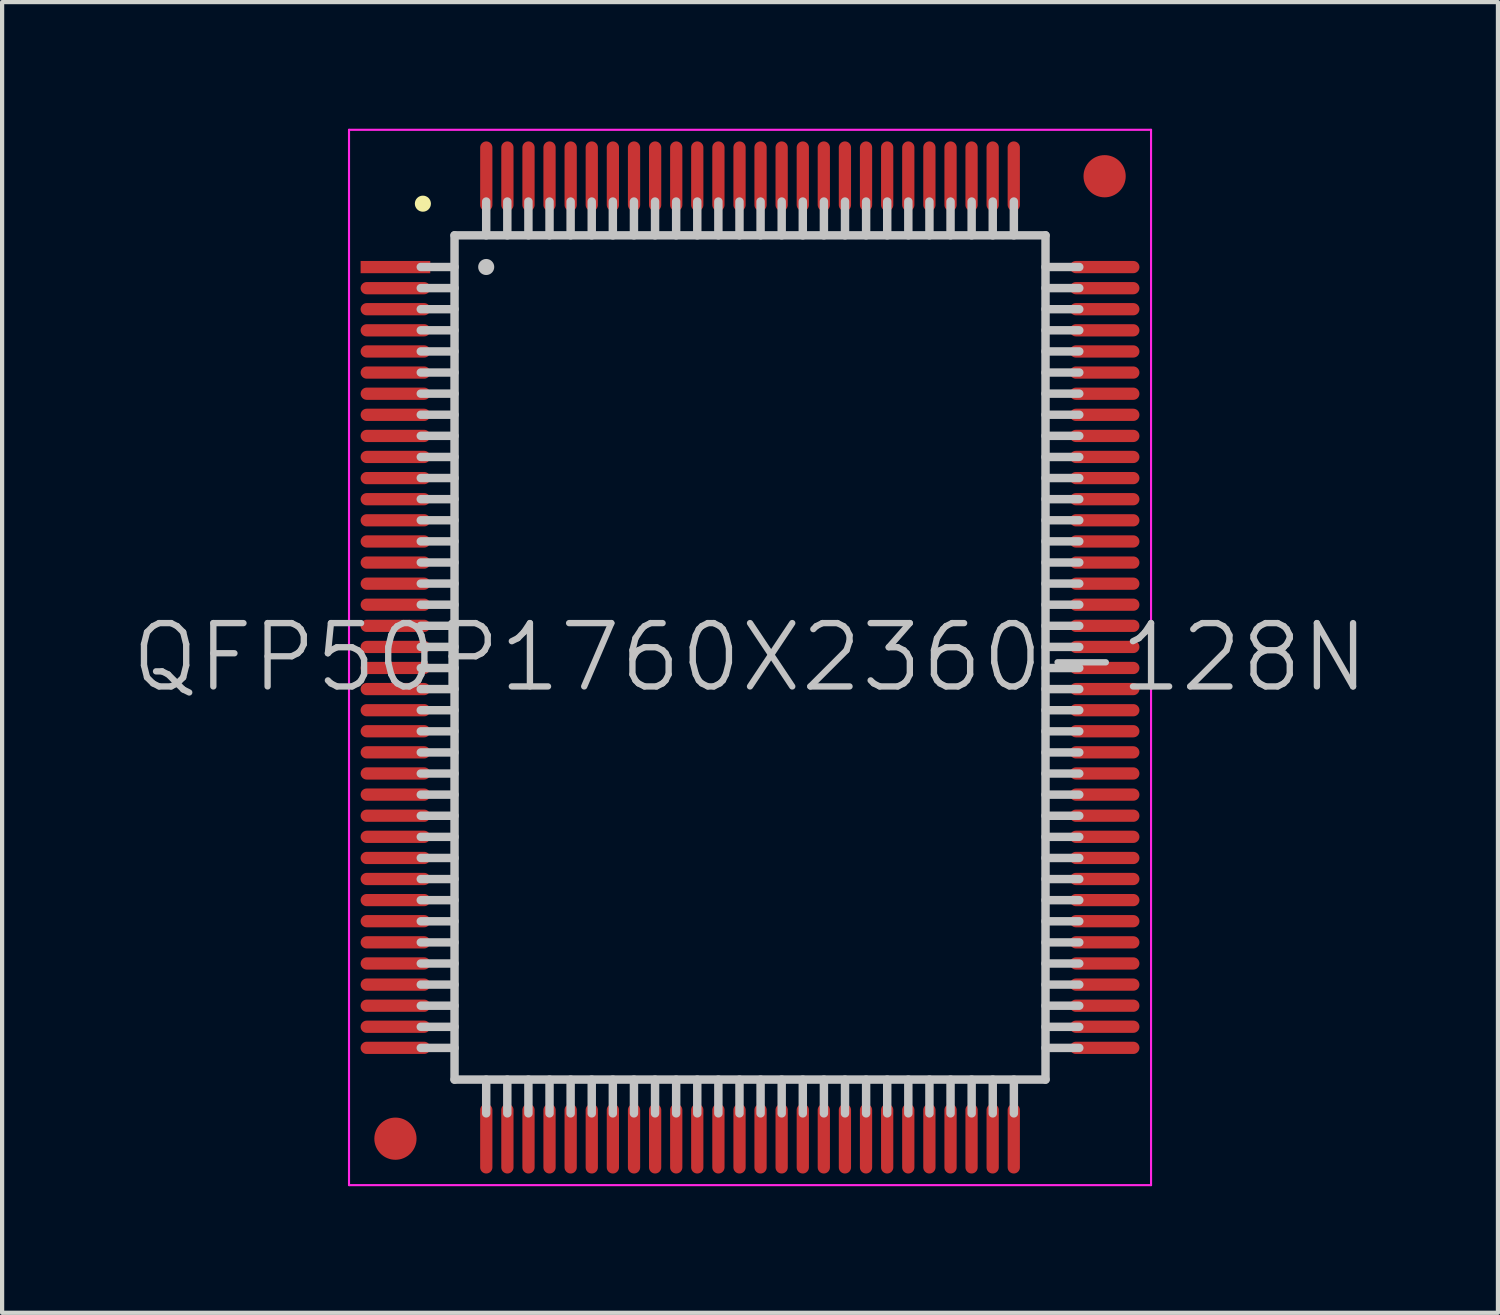
<source format=kicad_pcb>
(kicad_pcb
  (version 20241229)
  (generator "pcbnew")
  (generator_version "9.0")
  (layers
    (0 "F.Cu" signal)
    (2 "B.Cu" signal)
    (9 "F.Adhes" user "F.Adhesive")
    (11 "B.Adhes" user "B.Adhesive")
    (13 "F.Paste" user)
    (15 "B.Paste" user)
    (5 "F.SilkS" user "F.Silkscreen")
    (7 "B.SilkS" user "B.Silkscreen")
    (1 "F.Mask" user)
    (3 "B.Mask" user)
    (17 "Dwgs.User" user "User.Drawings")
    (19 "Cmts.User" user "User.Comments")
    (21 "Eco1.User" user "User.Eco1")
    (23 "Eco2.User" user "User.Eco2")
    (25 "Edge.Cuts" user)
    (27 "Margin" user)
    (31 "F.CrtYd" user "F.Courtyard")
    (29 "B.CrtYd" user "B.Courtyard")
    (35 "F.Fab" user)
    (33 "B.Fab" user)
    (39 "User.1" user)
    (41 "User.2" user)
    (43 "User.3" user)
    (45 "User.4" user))
  (footprint "QFP50P1760X2360-128N"
    (layer "F.Cu")
    (at 14.718 12.525)
    (property "Reference" "QFP50P1760X2360-128N" (at 0 0 0) (layer "Dwgs.User") (effects (font (size 1.5 1.5) (thickness 0.15))))
    (attr smd)
    (fp_line (start -7.75 -10.75) (end -7.75 -10.75) (stroke (width 0.381) (type solid)) (layer "F.SilkS"))
    (fp_line (start -7 -10) (end -7 10) (stroke (width 0.2) (type solid)) (layer "Dwgs.User"))
    (fp_line (start -7 -10) (end 7 -10) (stroke (width 0.2) (type solid)) (layer "Dwgs.User"))
    (fp_line (start -7 -9.25) (end -7.8 -9.25) (stroke (width 0.2) (type solid)) (layer "Dwgs.User"))
    (fp_line (start -7 -8.75) (end -7.8 -8.75) (stroke (width 0.2) (type solid)) (layer "Dwgs.User"))
    (fp_line (start -7 -8.25) (end -7.8 -8.25) (stroke (width 0.2) (type solid)) (layer "Dwgs.User"))
    (fp_line (start -7 -7.75) (end -7.8 -7.75) (stroke (width 0.2) (type solid)) (layer "Dwgs.User"))
    (fp_line (start -7 -7.25) (end -7.8 -7.25) (stroke (width 0.2) (type solid)) (layer "Dwgs.User"))
    (fp_line (start -7 -6.75) (end -7.8 -6.75) (stroke (width 0.2) (type solid)) (layer "Dwgs.User"))
    (fp_line (start -7 -6.25) (end -7.8 -6.25) (stroke (width 0.2) (type solid)) (layer "Dwgs.User"))
    (fp_line (start -7 -5.75) (end -7.8 -5.75) (stroke (width 0.2) (type solid)) (layer "Dwgs.User"))
    (fp_line (start -7 -5.25) (end -7.8 -5.25) (stroke (width 0.2) (type solid)) (layer "Dwgs.User"))
    (fp_line (start -7 -4.75) (end -7.8 -4.75) (stroke (width 0.2) (type solid)) (layer "Dwgs.User"))
    (fp_line (start -7 -4.25) (end -7.8 -4.25) (stroke (width 0.2) (type solid)) (layer "Dwgs.User"))
    (fp_line (start -7 -3.75) (end -7.8 -3.75) (stroke (width 0.2) (type solid)) (layer "Dwgs.User"))
    (fp_line (start -7 -3.25) (end -7.8 -3.25) (stroke (width 0.2) (type solid)) (layer "Dwgs.User"))
    (fp_line (start -7 -2.75) (end -7.8 -2.75) (stroke (width 0.2) (type solid)) (layer "Dwgs.User"))
    (fp_line (start -7 -2.25) (end -7.8 -2.25) (stroke (width 0.2) (type solid)) (layer "Dwgs.User"))
    (fp_line (start -7 -1.75) (end -7.8 -1.75) (stroke (width 0.2) (type solid)) (layer "Dwgs.User"))
    (fp_line (start -7 -1.25) (end -7.8 -1.25) (stroke (width 0.2) (type solid)) (layer "Dwgs.User"))
    (fp_line (start -7 -0.75) (end -7.8 -0.75) (stroke (width 0.2) (type solid)) (layer "Dwgs.User"))
    (fp_line (start -7 -0.25) (end -7.8 -0.25) (stroke (width 0.2) (type solid)) (layer "Dwgs.User"))
    (fp_line (start -7 0.25) (end -7.8 0.25) (stroke (width 0.2) (type solid)) (layer "Dwgs.User"))
    (fp_line (start -7 0.75) (end -7.8 0.75) (stroke (width 0.2) (type solid)) (layer "Dwgs.User"))
    (fp_line (start -7 1.25) (end -7.8 1.25) (stroke (width 0.2) (type solid)) (layer "Dwgs.User"))
    (fp_line (start -7 1.75) (end -7.8 1.75) (stroke (width 0.2) (type solid)) (layer "Dwgs.User"))
    (fp_line (start -7 2.25) (end -7.8 2.25) (stroke (width 0.2) (type solid)) (layer "Dwgs.User"))
    (fp_line (start -7 2.75) (end -7.8 2.75) (stroke (width 0.2) (type solid)) (layer "Dwgs.User"))
    (fp_line (start -7 3.25) (end -7.8 3.25) (stroke (width 0.2) (type solid)) (layer "Dwgs.User"))
    (fp_line (start -7 3.75) (end -7.8 3.75) (stroke (width 0.2) (type solid)) (layer "Dwgs.User"))
    (fp_line (start -7 4.25) (end -7.8 4.25) (stroke (width 0.2) (type solid)) (layer "Dwgs.User"))
    (fp_line (start -7 4.75) (end -7.8 4.75) (stroke (width 0.2) (type solid)) (layer "Dwgs.User"))
    (fp_line (start -7 5.25) (end -7.8 5.25) (stroke (width 0.2) (type solid)) (layer "Dwgs.User"))
    (fp_line (start -7 5.75) (end -7.8 5.75) (stroke (width 0.2) (type solid)) (layer "Dwgs.User"))
    (fp_line (start -7 6.25) (end -7.8 6.25) (stroke (width 0.2) (type solid)) (layer "Dwgs.User"))
    (fp_line (start -7 6.75) (end -7.8 6.75) (stroke (width 0.2) (type solid)) (layer "Dwgs.User"))
    (fp_line (start -7 7.25) (end -7.8 7.25) (stroke (width 0.2) (type solid)) (layer "Dwgs.User"))
    (fp_line (start -7 7.75) (end -7.8 7.75) (stroke (width 0.2) (type solid)) (layer "Dwgs.User"))
    (fp_line (start -7 8.25) (end -7.8 8.25) (stroke (width 0.2) (type solid)) (layer "Dwgs.User"))
    (fp_line (start -7 8.75) (end -7.8 8.75) (stroke (width 0.2) (type solid)) (layer "Dwgs.User"))
    (fp_line (start -7 9.25) (end -7.8 9.25) (stroke (width 0.2) (type solid)) (layer "Dwgs.User"))
    (fp_line (start -7 10) (end 7 10) (stroke (width 0.2) (type solid)) (layer "Dwgs.User"))
    (fp_line (start -6.25 -10) (end -6.25 -10.8) (stroke (width 0.2) (type solid)) (layer "Dwgs.User"))
    (fp_line (start -6.25 -9.25) (end -6.25 -9.25) (stroke (width 0.381) (type solid)) (layer "Dwgs.User"))
    (fp_line (start -6.25 10.8) (end -6.25 10) (stroke (width 0.2) (type solid)) (layer "Dwgs.User"))
    (fp_line (start -5.75 -10) (end -5.75 -10.8) (stroke (width 0.2) (type solid)) (layer "Dwgs.User"))
    (fp_line (start -5.75 10.8) (end -5.75 10) (stroke (width 0.2) (type solid)) (layer "Dwgs.User"))
    (fp_line (start -5.25 -10) (end -5.25 -10.8) (stroke (width 0.2) (type solid)) (layer "Dwgs.User"))
    (fp_line (start -5.25 10.8) (end -5.25 10) (stroke (width 0.2) (type solid)) (layer "Dwgs.User"))
    (fp_line (start -4.75 -10) (end -4.75 -10.8) (stroke (width 0.2) (type solid)) (layer "Dwgs.User"))
    (fp_line (start -4.75 10.8) (end -4.75 10) (stroke (width 0.2) (type solid)) (layer "Dwgs.User"))
    (fp_line (start -4.25 -10) (end -4.25 -10.8) (stroke (width 0.2) (type solid)) (layer "Dwgs.User"))
    (fp_line (start -4.25 10.8) (end -4.25 10) (stroke (width 0.2) (type solid)) (layer "Dwgs.User"))
    (fp_line (start -3.75 -10) (end -3.75 -10.8) (stroke (width 0.2) (type solid)) (layer "Dwgs.User"))
    (fp_line (start -3.75 10.8) (end -3.75 10) (stroke (width 0.2) (type solid)) (layer "Dwgs.User"))
    (fp_line (start -3.25 -10) (end -3.25 -10.8) (stroke (width 0.2) (type solid)) (layer "Dwgs.User"))
    (fp_line (start -3.25 10.8) (end -3.25 10) (stroke (width 0.2) (type solid)) (layer "Dwgs.User"))
    (fp_line (start -2.75 -10) (end -2.75 -10.8) (stroke (width 0.2) (type solid)) (layer "Dwgs.User"))
    (fp_line (start -2.75 10.8) (end -2.75 10) (stroke (width 0.2) (type solid)) (layer "Dwgs.User"))
    (fp_line (start -2.25 -10) (end -2.25 -10.8) (stroke (width 0.2) (type solid)) (layer "Dwgs.User"))
    (fp_line (start -2.25 10.8) (end -2.25 10) (stroke (width 0.2) (type solid)) (layer "Dwgs.User"))
    (fp_line (start -1.75 -10) (end -1.75 -10.8) (stroke (width 0.2) (type solid)) (layer "Dwgs.User"))
    (fp_line (start -1.75 10.8) (end -1.75 10) (stroke (width 0.2) (type solid)) (layer "Dwgs.User"))
    (fp_line (start -1.25 -10) (end -1.25 -10.8) (stroke (width 0.2) (type solid)) (layer "Dwgs.User"))
    (fp_line (start -1.25 10.8) (end -1.25 10) (stroke (width 0.2) (type solid)) (layer "Dwgs.User"))
    (fp_line (start -0.75 -10) (end -0.75 -10.8) (stroke (width 0.2) (type solid)) (layer "Dwgs.User"))
    (fp_line (start -0.75 10.8) (end -0.75 10) (stroke (width 0.2) (type solid)) (layer "Dwgs.User"))
    (fp_line (start -0.25 -10) (end -0.25 -10.8) (stroke (width 0.2) (type solid)) (layer "Dwgs.User"))
    (fp_line (start -0.25 10.8) (end -0.25 10) (stroke (width 0.2) (type solid)) (layer "Dwgs.User"))
    (fp_line (start 0.25 -10) (end 0.25 -10.8) (stroke (width 0.2) (type solid)) (layer "Dwgs.User"))
    (fp_line (start 0.25 10.8) (end 0.25 10) (stroke (width 0.2) (type solid)) (layer "Dwgs.User"))
    (fp_line (start 0.75 -10) (end 0.75 -10.8) (stroke (width 0.2) (type solid)) (layer "Dwgs.User"))
    (fp_line (start 0.75 10.8) (end 0.75 10) (stroke (width 0.2) (type solid)) (layer "Dwgs.User"))
    (fp_line (start 1.25 -10) (end 1.25 -10.8) (stroke (width 0.2) (type solid)) (layer "Dwgs.User"))
    (fp_line (start 1.25 10.8) (end 1.25 10) (stroke (width 0.2) (type solid)) (layer "Dwgs.User"))
    (fp_line (start 1.75 -10) (end 1.75 -10.8) (stroke (width 0.2) (type solid)) (layer "Dwgs.User"))
    (fp_line (start 1.75 10.8) (end 1.75 10) (stroke (width 0.2) (type solid)) (layer "Dwgs.User"))
    (fp_line (start 2.25 -10) (end 2.25 -10.8) (stroke (width 0.2) (type solid)) (layer "Dwgs.User"))
    (fp_line (start 2.25 10.8) (end 2.25 10) (stroke (width 0.2) (type solid)) (layer "Dwgs.User"))
    (fp_line (start 2.75 -10) (end 2.75 -10.8) (stroke (width 0.2) (type solid)) (layer "Dwgs.User"))
    (fp_line (start 2.75 10.8) (end 2.75 10) (stroke (width 0.2) (type solid)) (layer "Dwgs.User"))
    (fp_line (start 3.25 -10) (end 3.25 -10.8) (stroke (width 0.2) (type solid)) (layer "Dwgs.User"))
    (fp_line (start 3.25 10.8) (end 3.25 10) (stroke (width 0.2) (type solid)) (layer "Dwgs.User"))
    (fp_line (start 3.75 -10) (end 3.75 -10.8) (stroke (width 0.2) (type solid)) (layer "Dwgs.User"))
    (fp_line (start 3.75 10.8) (end 3.75 10) (stroke (width 0.2) (type solid)) (layer "Dwgs.User"))
    (fp_line (start 4.25 -10) (end 4.25 -10.8) (stroke (width 0.2) (type solid)) (layer "Dwgs.User"))
    (fp_line (start 4.25 10.8) (end 4.25 10) (stroke (width 0.2) (type solid)) (layer "Dwgs.User"))
    (fp_line (start 4.75 -10) (end 4.75 -10.8) (stroke (width 0.2) (type solid)) (layer "Dwgs.User"))
    (fp_line (start 4.75 10.8) (end 4.75 10) (stroke (width 0.2) (type solid)) (layer "Dwgs.User"))
    (fp_line (start 5.25 -10) (end 5.25 -10.8) (stroke (width 0.2) (type solid)) (layer "Dwgs.User"))
    (fp_line (start 5.25 10.8) (end 5.25 10) (stroke (width 0.2) (type solid)) (layer "Dwgs.User"))
    (fp_line (start 5.75 -10) (end 5.75 -10.8) (stroke (width 0.2) (type solid)) (layer "Dwgs.User"))
    (fp_line (start 5.75 10.8) (end 5.75 10) (stroke (width 0.2) (type solid)) (layer "Dwgs.User"))
    (fp_line (start 6.25 -10) (end 6.25 -10.8) (stroke (width 0.2) (type solid)) (layer "Dwgs.User"))
    (fp_line (start 6.25 10.8) (end 6.25 10) (stroke (width 0.2) (type solid)) (layer "Dwgs.User"))
    (fp_line (start 7 -10) (end 7 10) (stroke (width 0.2) (type solid)) (layer "Dwgs.User"))
    (fp_line (start 7.8 -9.25) (end 7 -9.25) (stroke (width 0.2) (type solid)) (layer "Dwgs.User"))
    (fp_line (start 7.8 -8.75) (end 7 -8.75) (stroke (width 0.2) (type solid)) (layer "Dwgs.User"))
    (fp_line (start 7.8 -8.25) (end 7 -8.25) (stroke (width 0.2) (type solid)) (layer "Dwgs.User"))
    (fp_line (start 7.8 -7.75) (end 7 -7.75) (stroke (width 0.2) (type solid)) (layer "Dwgs.User"))
    (fp_line (start 7.8 -7.25) (end 7 -7.25) (stroke (width 0.2) (type solid)) (layer "Dwgs.User"))
    (fp_line (start 7.8 -6.75) (end 7 -6.75) (stroke (width 0.2) (type solid)) (layer "Dwgs.User"))
    (fp_line (start 7.8 -6.25) (end 7 -6.25) (stroke (width 0.2) (type solid)) (layer "Dwgs.User"))
    (fp_line (start 7.8 -5.75) (end 7 -5.75) (stroke (width 0.2) (type solid)) (layer "Dwgs.User"))
    (fp_line (start 7.8 -5.25) (end 7 -5.25) (stroke (width 0.2) (type solid)) (layer "Dwgs.User"))
    (fp_line (start 7.8 -4.75) (end 7 -4.75) (stroke (width 0.2) (type solid)) (layer "Dwgs.User"))
    (fp_line (start 7.8 -4.25) (end 7 -4.25) (stroke (width 0.2) (type solid)) (layer "Dwgs.User"))
    (fp_line (start 7.8 -3.75) (end 7 -3.75) (stroke (width 0.2) (type solid)) (layer "Dwgs.User"))
    (fp_line (start 7.8 -3.25) (end 7 -3.25) (stroke (width 0.2) (type solid)) (layer "Dwgs.User"))
    (fp_line (start 7.8 -2.75) (end 7 -2.75) (stroke (width 0.2) (type solid)) (layer "Dwgs.User"))
    (fp_line (start 7.8 -2.25) (end 7 -2.25) (stroke (width 0.2) (type solid)) (layer "Dwgs.User"))
    (fp_line (start 7.8 -1.75) (end 7 -1.75) (stroke (width 0.2) (type solid)) (layer "Dwgs.User"))
    (fp_line (start 7.8 -1.25) (end 7 -1.25) (stroke (width 0.2) (type solid)) (layer "Dwgs.User"))
    (fp_line (start 7.8 -0.75) (end 7 -0.75) (stroke (width 0.2) (type solid)) (layer "Dwgs.User"))
    (fp_line (start 7.8 -0.25) (end 7 -0.25) (stroke (width 0.2) (type solid)) (layer "Dwgs.User"))
    (fp_line (start 7.8 0.25) (end 7 0.25) (stroke (width 0.2) (type solid)) (layer "Dwgs.User"))
    (fp_line (start 7.8 0.75) (end 7 0.75) (stroke (width 0.2) (type solid)) (layer "Dwgs.User"))
    (fp_line (start 7.8 1.25) (end 7 1.25) (stroke (width 0.2) (type solid)) (layer "Dwgs.User"))
    (fp_line (start 7.8 1.75) (end 7 1.75) (stroke (width 0.2) (type solid)) (layer "Dwgs.User"))
    (fp_line (start 7.8 2.25) (end 7 2.25) (stroke (width 0.2) (type solid)) (layer "Dwgs.User"))
    (fp_line (start 7.8 2.75) (end 7 2.75) (stroke (width 0.2) (type solid)) (layer "Dwgs.User"))
    (fp_line (start 7.8 3.25) (end 7 3.25) (stroke (width 0.2) (type solid)) (layer "Dwgs.User"))
    (fp_line (start 7.8 3.75) (end 7 3.75) (stroke (width 0.2) (type solid)) (layer "Dwgs.User"))
    (fp_line (start 7.8 4.25) (end 7 4.25) (stroke (width 0.2) (type solid)) (layer "Dwgs.User"))
    (fp_line (start 7.8 4.75) (end 7 4.75) (stroke (width 0.2) (type solid)) (layer "Dwgs.User"))
    (fp_line (start 7.8 5.25) (end 7 5.25) (stroke (width 0.2) (type solid)) (layer "Dwgs.User"))
    (fp_line (start 7.8 5.75) (end 7 5.75) (stroke (width 0.2) (type solid)) (layer "Dwgs.User"))
    (fp_line (start 7.8 6.25) (end 7 6.25) (stroke (width 0.2) (type solid)) (layer "Dwgs.User"))
    (fp_line (start 7.8 6.75) (end 7 6.75) (stroke (width 0.2) (type solid)) (layer "Dwgs.User"))
    (fp_line (start 7.8 7.25) (end 7 7.25) (stroke (width 0.2) (type solid)) (layer "Dwgs.User"))
    (fp_line (start 7.8 7.75) (end 7 7.75) (stroke (width 0.2) (type solid)) (layer "Dwgs.User"))
    (fp_line (start 7.8 8.25) (end 7 8.25) (stroke (width 0.2) (type solid)) (layer "Dwgs.User"))
    (fp_line (start 7.8 8.75) (end 7 8.75) (stroke (width 0.2) (type solid)) (layer "Dwgs.User"))
    (fp_line (start 7.8 9.25) (end 7 9.25) (stroke (width 0.2) (type solid)) (layer "Dwgs.User"))
    (fp_line (start -9.5 -12.5) (end -9.5 12.5) (stroke (width 0.05) (type solid)) (layer "F.CrtYd"))
    (fp_line (start -9.5 -12.5) (end 9.5 -12.5) (stroke (width 0.05) (type solid)) (layer "F.CrtYd"))
    (fp_line (start -9.5 12.5) (end 9.5 12.5) (stroke (width 0.05) (type solid)) (layer "F.CrtYd"))
    (fp_line (start 9.5 -12.5) (end 9.5 12.5) (stroke (width 0.05) (type solid)) (layer "F.CrtYd"))
    (pad "" smd circle (at -8.4 11.4) (size 1 1) (layers "F.Cu" "F.Mask"))
    (pad "" smd circle (at 8.4 -11.4) (size 1 1) (layers "F.Cu" "F.Mask"))
    (pad "1" smd rect (at -8.4 -9.248 90) (size 0.29 1.65) (layers "F.Cu" "F.Mask" "F.Paste"))
    (pad "2" smd oval (at -8.4 -8.748 90) (size 0.29 1.65) (layers "F.Cu" "F.Mask" "F.Paste"))
    (pad "3" smd oval (at -8.4 -8.25 90) (size 0.29 1.65) (layers "F.Cu" "F.Mask" "F.Paste"))
    (pad "4" smd oval (at -8.4 -7.75 90) (size 0.29 1.65) (layers "F.Cu" "F.Mask" "F.Paste"))
    (pad "5" smd oval (at -8.4 -7.249 90) (size 0.29 1.65) (layers "F.Cu" "F.Mask" "F.Paste"))
    (pad "6" smd oval (at -8.4 -6.749 90) (size 0.29 1.65) (layers "F.Cu" "F.Mask" "F.Paste"))
    (pad "7" smd oval (at -8.4 -6.248 90) (size 0.29 1.65) (layers "F.Cu" "F.Mask" "F.Paste"))
    (pad "8" smd oval (at -8.4 -5.748 90) (size 0.29 1.65) (layers "F.Cu" "F.Mask" "F.Paste"))
    (pad "9" smd oval (at -8.4 -5.248 90) (size 0.29 1.65) (layers "F.Cu" "F.Mask" "F.Paste"))
    (pad "10" smd oval (at -8.4 -4.75 90) (size 0.29 1.65) (layers "F.Cu" "F.Mask" "F.Paste"))
    (pad "11" smd oval (at -8.4 -4.249 90) (size 0.29 1.65) (layers "F.Cu" "F.Mask" "F.Paste"))
    (pad "12" smd oval (at -8.4 -3.749 90) (size 0.29 1.65) (layers "F.Cu" "F.Mask" "F.Paste"))
    (pad "13" smd oval (at -8.4 -3.249 90) (size 0.29 1.65) (layers "F.Cu" "F.Mask" "F.Paste"))
    (pad "14" smd oval (at -8.4 -2.748 90) (size 0.29 1.65) (layers "F.Cu" "F.Mask" "F.Paste"))
    (pad "15" smd oval (at -8.4 -2.248 90) (size 0.29 1.65) (layers "F.Cu" "F.Mask" "F.Paste"))
    (pad "16" smd oval (at -8.4 -1.748 90) (size 0.29 1.65) (layers "F.Cu" "F.Mask" "F.Paste"))
    (pad "17" smd oval (at -8.4 -1.25 90) (size 0.29 1.65) (layers "F.Cu" "F.Mask" "F.Paste"))
    (pad "18" smd oval (at -8.4 -0.749 90) (size 0.29 1.65) (layers "F.Cu" "F.Mask" "F.Paste"))
    (pad "19" smd oval (at -8.4 -0.249 90) (size 0.29 1.65) (layers "F.Cu" "F.Mask" "F.Paste"))
    (pad "20" smd oval (at -8.4 0.249 90) (size 0.29 1.65) (layers "F.Cu" "F.Mask" "F.Paste"))
    (pad "21" smd oval (at -8.4 0.749 90) (size 0.29 1.65) (layers "F.Cu" "F.Mask" "F.Paste"))
    (pad "22" smd oval (at -8.4 1.25 90) (size 0.29 1.65) (layers "F.Cu" "F.Mask" "F.Paste"))
    (pad "23" smd oval (at -8.4 1.748 90) (size 0.29 1.65) (layers "F.Cu" "F.Mask" "F.Paste"))
    (pad "24" smd oval (at -8.4 2.248 90) (size 0.29 1.65) (layers "F.Cu" "F.Mask" "F.Paste"))
    (pad "25" smd oval (at -8.4 2.748 90) (size 0.29 1.65) (layers "F.Cu" "F.Mask" "F.Paste"))
    (pad "26" smd oval (at -8.4 3.249 90) (size 0.29 1.65) (layers "F.Cu" "F.Mask" "F.Paste"))
    (pad "27" smd oval (at -8.4 3.749 90) (size 0.29 1.65) (layers "F.Cu" "F.Mask" "F.Paste"))
    (pad "28" smd oval (at -8.4 4.249 90) (size 0.29 1.65) (layers "F.Cu" "F.Mask" "F.Paste"))
    (pad "29" smd oval (at -8.4 4.75 90) (size 0.29 1.65) (layers "F.Cu" "F.Mask" "F.Paste"))
    (pad "30" smd oval (at -8.4 5.248 90) (size 0.29 1.65) (layers "F.Cu" "F.Mask" "F.Paste"))
    (pad "31" smd oval (at -8.4 5.748 90) (size 0.29 1.65) (layers "F.Cu" "F.Mask" "F.Paste"))
    (pad "32" smd oval (at -8.4 6.248 90) (size 0.29 1.65) (layers "F.Cu" "F.Mask" "F.Paste"))
    (pad "33" smd oval (at -8.4 6.749 90) (size 0.29 1.65) (layers "F.Cu" "F.Mask" "F.Paste"))
    (pad "34" smd oval (at -8.4 7.249 90) (size 0.29 1.65) (layers "F.Cu" "F.Mask" "F.Paste"))
    (pad "35" smd oval (at -8.4 7.75 90) (size 0.29 1.65) (layers "F.Cu" "F.Mask" "F.Paste"))
    (pad "36" smd oval (at -8.4 8.25 90) (size 0.29 1.65) (layers "F.Cu" "F.Mask" "F.Paste"))
    (pad "37" smd oval (at -8.4 8.748 90) (size 0.29 1.65) (layers "F.Cu" "F.Mask" "F.Paste"))
    (pad "38" smd oval (at -8.4 9.248 90) (size 0.29 1.65) (layers "F.Cu" "F.Mask" "F.Paste"))
    (pad "39" smd oval (at -6.248 11.4 180) (size 0.29 1.65) (layers "F.Cu" "F.Mask" "F.Paste"))
    (pad "40" smd oval (at -5.748 11.4 180) (size 0.29 1.65) (layers "F.Cu" "F.Mask" "F.Paste"))
    (pad "41" smd oval (at -5.248 11.4 180) (size 0.29 1.65) (layers "F.Cu" "F.Mask" "F.Paste"))
    (pad "42" smd oval (at -4.75 11.4 180) (size 0.29 1.65) (layers "F.Cu" "F.Mask" "F.Paste"))
    (pad "43" smd oval (at -4.249 11.4 180) (size 0.29 1.65) (layers "F.Cu" "F.Mask" "F.Paste"))
    (pad "44" smd oval (at -3.749 11.4 180) (size 0.29 1.65) (layers "F.Cu" "F.Mask" "F.Paste"))
    (pad "45" smd oval (at -3.249 11.4 180) (size 0.29 1.65) (layers "F.Cu" "F.Mask" "F.Paste"))
    (pad "46" smd oval (at -2.748 11.4 180) (size 0.29 1.65) (layers "F.Cu" "F.Mask" "F.Paste"))
    (pad "47" smd oval (at -2.248 11.4 180) (size 0.29 1.65) (layers "F.Cu" "F.Mask" "F.Paste"))
    (pad "48" smd oval (at -1.748 11.4 180) (size 0.29 1.65) (layers "F.Cu" "F.Mask" "F.Paste"))
    (pad "49" smd oval (at -1.25 11.4 180) (size 0.29 1.65) (layers "F.Cu" "F.Mask" "F.Paste"))
    (pad "50" smd oval (at -0.749 11.4 180) (size 0.29 1.65) (layers "F.Cu" "F.Mask" "F.Paste"))
    (pad "51" smd oval (at -0.249 11.4 180) (size 0.29 1.65) (layers "F.Cu" "F.Mask" "F.Paste"))
    (pad "52" smd oval (at 0.249 11.4 180) (size 0.29 1.65) (layers "F.Cu" "F.Mask" "F.Paste"))
    (pad "53" smd oval (at 0.749 11.4 180) (size 0.29 1.65) (layers "F.Cu" "F.Mask" "F.Paste"))
    (pad "54" smd oval (at 1.25 11.4 180) (size 0.29 1.65) (layers "F.Cu" "F.Mask" "F.Paste"))
    (pad "55" smd oval (at 1.748 11.4 180) (size 0.29 1.65) (layers "F.Cu" "F.Mask" "F.Paste"))
    (pad "56" smd oval (at 2.248 11.4 180) (size 0.29 1.65) (layers "F.Cu" "F.Mask" "F.Paste"))
    (pad "57" smd oval (at 2.748 11.4 180) (size 0.29 1.65) (layers "F.Cu" "F.Mask" "F.Paste"))
    (pad "58" smd oval (at 3.249 11.4 180) (size 0.29 1.65) (layers "F.Cu" "F.Mask" "F.Paste"))
    (pad "59" smd oval (at 3.749 11.4 180) (size 0.29 1.65) (layers "F.Cu" "F.Mask" "F.Paste"))
    (pad "60" smd oval (at 4.249 11.4 180) (size 0.29 1.65) (layers "F.Cu" "F.Mask" "F.Paste"))
    (pad "61" smd oval (at 4.75 11.4 180) (size 0.29 1.65) (layers "F.Cu" "F.Mask" "F.Paste"))
    (pad "62" smd oval (at 5.248 11.4 180) (size 0.29 1.65) (layers "F.Cu" "F.Mask" "F.Paste"))
    (pad "63" smd oval (at 5.748 11.4 180) (size 0.29 1.65) (layers "F.Cu" "F.Mask" "F.Paste"))
    (pad "64" smd oval (at 6.248 11.4 180) (size 0.29 1.65) (layers "F.Cu" "F.Mask" "F.Paste"))
    (pad "65" smd oval (at 8.4 9.248 270) (size 0.29 1.65) (layers "F.Cu" "F.Mask" "F.Paste"))
    (pad "66" smd oval (at 8.4 8.748 270) (size 0.29 1.65) (layers "F.Cu" "F.Mask" "F.Paste"))
    (pad "67" smd oval (at 8.4 8.25 270) (size 0.29 1.65) (layers "F.Cu" "F.Mask" "F.Paste"))
    (pad "68" smd oval (at 8.4 7.75 270) (size 0.29 1.65) (layers "F.Cu" "F.Mask" "F.Paste"))
    (pad "69" smd oval (at 8.4 7.249 270) (size 0.29 1.65) (layers "F.Cu" "F.Mask" "F.Paste"))
    (pad "70" smd oval (at 8.4 6.749 270) (size 0.29 1.65) (layers "F.Cu" "F.Mask" "F.Paste"))
    (pad "71" smd oval (at 8.4 6.248 270) (size 0.29 1.65) (layers "F.Cu" "F.Mask" "F.Paste"))
    (pad "72" smd oval (at 8.4 5.748 270) (size 0.29 1.65) (layers "F.Cu" "F.Mask" "F.Paste"))
    (pad "73" smd oval (at 8.4 5.248 270) (size 0.29 1.65) (layers "F.Cu" "F.Mask" "F.Paste"))
    (pad "74" smd oval (at 8.4 4.75 270) (size 0.29 1.65) (layers "F.Cu" "F.Mask" "F.Paste"))
    (pad "75" smd oval (at 8.4 4.249 270) (size 0.29 1.65) (layers "F.Cu" "F.Mask" "F.Paste"))
    (pad "76" smd oval (at 8.4 3.749 270) (size 0.29 1.65) (layers "F.Cu" "F.Mask" "F.Paste"))
    (pad "77" smd oval (at 8.4 3.249 270) (size 0.29 1.65) (layers "F.Cu" "F.Mask" "F.Paste"))
    (pad "78" smd oval (at 8.4 2.748 270) (size 0.29 1.65) (layers "F.Cu" "F.Mask" "F.Paste"))
    (pad "79" smd oval (at 8.4 2.248 270) (size 0.29 1.65) (layers "F.Cu" "F.Mask" "F.Paste"))
    (pad "80" smd oval (at 8.4 1.748 270) (size 0.29 1.65) (layers "F.Cu" "F.Mask" "F.Paste"))
    (pad "81" smd oval (at 8.4 1.25 270) (size 0.29 1.65) (layers "F.Cu" "F.Mask" "F.Paste"))
    (pad "82" smd oval (at 8.4 0.749 270) (size 0.29 1.65) (layers "F.Cu" "F.Mask" "F.Paste"))
    (pad "83" smd oval (at 8.4 0.249 270) (size 0.29 1.65) (layers "F.Cu" "F.Mask" "F.Paste"))
    (pad "84" smd oval (at 8.4 -0.249 270) (size 0.29 1.65) (layers "F.Cu" "F.Mask" "F.Paste"))
    (pad "85" smd oval (at 8.4 -0.749 270) (size 0.29 1.65) (layers "F.Cu" "F.Mask" "F.Paste"))
    (pad "86" smd oval (at 8.4 -1.25 270) (size 0.29 1.65) (layers "F.Cu" "F.Mask" "F.Paste"))
    (pad "87" smd oval (at 8.4 -1.748 270) (size 0.29 1.65) (layers "F.Cu" "F.Mask" "F.Paste"))
    (pad "88" smd oval (at 8.4 -2.248 270) (size 0.29 1.65) (layers "F.Cu" "F.Mask" "F.Paste"))
    (pad "89" smd oval (at 8.4 -2.748 270) (size 0.29 1.65) (layers "F.Cu" "F.Mask" "F.Paste"))
    (pad "90" smd oval (at 8.4 -3.249 270) (size 0.29 1.65) (layers "F.Cu" "F.Mask" "F.Paste"))
    (pad "91" smd oval (at 8.4 -3.749 270) (size 0.29 1.65) (layers "F.Cu" "F.Mask" "F.Paste"))
    (pad "92" smd oval (at 8.4 -4.249 270) (size 0.29 1.65) (layers "F.Cu" "F.Mask" "F.Paste"))
    (pad "93" smd oval (at 8.4 -4.75 270) (size 0.29 1.65) (layers "F.Cu" "F.Mask" "F.Paste"))
    (pad "94" smd oval (at 8.4 -5.248 270) (size 0.29 1.65) (layers "F.Cu" "F.Mask" "F.Paste"))
    (pad "95" smd oval (at 8.4 -5.748 270) (size 0.29 1.65) (layers "F.Cu" "F.Mask" "F.Paste"))
    (pad "96" smd oval (at 8.4 -6.248 270) (size 0.29 1.65) (layers "F.Cu" "F.Mask" "F.Paste"))
    (pad "97" smd oval (at 8.4 -6.749 270) (size 0.29 1.65) (layers "F.Cu" "F.Mask" "F.Paste"))
    (pad "98" smd oval (at 8.4 -7.249 270) (size 0.29 1.65) (layers "F.Cu" "F.Mask" "F.Paste"))
    (pad "99" smd oval (at 8.4 -7.75 270) (size 0.29 1.65) (layers "F.Cu" "F.Mask" "F.Paste"))
    (pad "100" smd oval (at 8.4 -8.25 270) (size 0.29 1.65) (layers "F.Cu" "F.Mask" "F.Paste"))
    (pad "101" smd oval (at 8.4 -8.748 270) (size 0.29 1.65) (layers "F.Cu" "F.Mask" "F.Paste"))
    (pad "102" smd oval (at 8.4 -9.248 270) (size 0.29 1.65) (layers "F.Cu" "F.Mask" "F.Paste"))
    (pad "103" smd oval (at 6.248 -11.4) (size 0.29 1.65) (layers "F.Cu" "F.Mask" "F.Paste"))
    (pad "104" smd oval (at 5.748 -11.4) (size 0.29 1.65) (layers "F.Cu" "F.Mask" "F.Paste"))
    (pad "105" smd oval (at 5.248 -11.4) (size 0.29 1.65) (layers "F.Cu" "F.Mask" "F.Paste"))
    (pad "106" smd oval (at 4.75 -11.4) (size 0.29 1.65) (layers "F.Cu" "F.Mask" "F.Paste"))
    (pad "107" smd oval (at 4.249 -11.4) (size 0.29 1.65) (layers "F.Cu" "F.Mask" "F.Paste"))
    (pad "108" smd oval (at 3.749 -11.4) (size 0.29 1.65) (layers "F.Cu" "F.Mask" "F.Paste"))
    (pad "109" smd oval (at 3.249 -11.4) (size 0.29 1.65) (layers "F.Cu" "F.Mask" "F.Paste"))
    (pad "110" smd oval (at 2.748 -11.4) (size 0.29 1.65) (layers "F.Cu" "F.Mask" "F.Paste"))
    (pad "111" smd oval (at 2.248 -11.4) (size 0.29 1.65) (layers "F.Cu" "F.Mask" "F.Paste"))
    (pad "112" smd oval (at 1.748 -11.4) (size 0.29 1.65) (layers "F.Cu" "F.Mask" "F.Paste"))
    (pad "113" smd oval (at 1.25 -11.4) (size 0.29 1.65) (layers "F.Cu" "F.Mask" "F.Paste"))
    (pad "114" smd oval (at 0.749 -11.4) (size 0.29 1.65) (layers "F.Cu" "F.Mask" "F.Paste"))
    (pad "115" smd oval (at 0.249 -11.4) (size 0.29 1.65) (layers "F.Cu" "F.Mask" "F.Paste"))
    (pad "116" smd oval (at -0.249 -11.4) (size 0.29 1.65) (layers "F.Cu" "F.Mask" "F.Paste"))
    (pad "117" smd oval (at -0.749 -11.4) (size 0.29 1.65) (layers "F.Cu" "F.Mask" "F.Paste"))
    (pad "118" smd oval (at -1.25 -11.4) (size 0.29 1.65) (layers "F.Cu" "F.Mask" "F.Paste"))
    (pad "119" smd oval (at -1.748 -11.4) (size 0.29 1.65) (layers "F.Cu" "F.Mask" "F.Paste"))
    (pad "120" smd oval (at -2.248 -11.4) (size 0.29 1.65) (layers "F.Cu" "F.Mask" "F.Paste"))
    (pad "121" smd oval (at -2.748 -11.4) (size 0.29 1.65) (layers "F.Cu" "F.Mask" "F.Paste"))
    (pad "122" smd oval (at -3.249 -11.4) (size 0.29 1.65) (layers "F.Cu" "F.Mask" "F.Paste"))
    (pad "123" smd oval (at -3.749 -11.4) (size 0.29 1.65) (layers "F.Cu" "F.Mask" "F.Paste"))
    (pad "124" smd oval (at -4.249 -11.4) (size 0.29 1.65) (layers "F.Cu" "F.Mask" "F.Paste"))
    (pad "125" smd oval (at -4.75 -11.4) (size 0.29 1.65) (layers "F.Cu" "F.Mask" "F.Paste"))
    (pad "126" smd oval (at -5.248 -11.4) (size 0.29 1.65) (layers "F.Cu" "F.Mask" "F.Paste"))
    (pad "127" smd oval (at -5.748 -11.4) (size 0.29 1.65) (layers "F.Cu" "F.Mask" "F.Paste"))
    (pad "128" smd oval (at -6.248 -11.4) (size 0.29 1.65) (layers "F.Cu" "F.Mask" "F.Paste")))
  (gr_rect
    (start -3 -3)
    (end 32.436 28.05)
    (stroke (width 0.1) (type default))
    (fill no)
    (layer "Edge.Cuts")))
</source>
